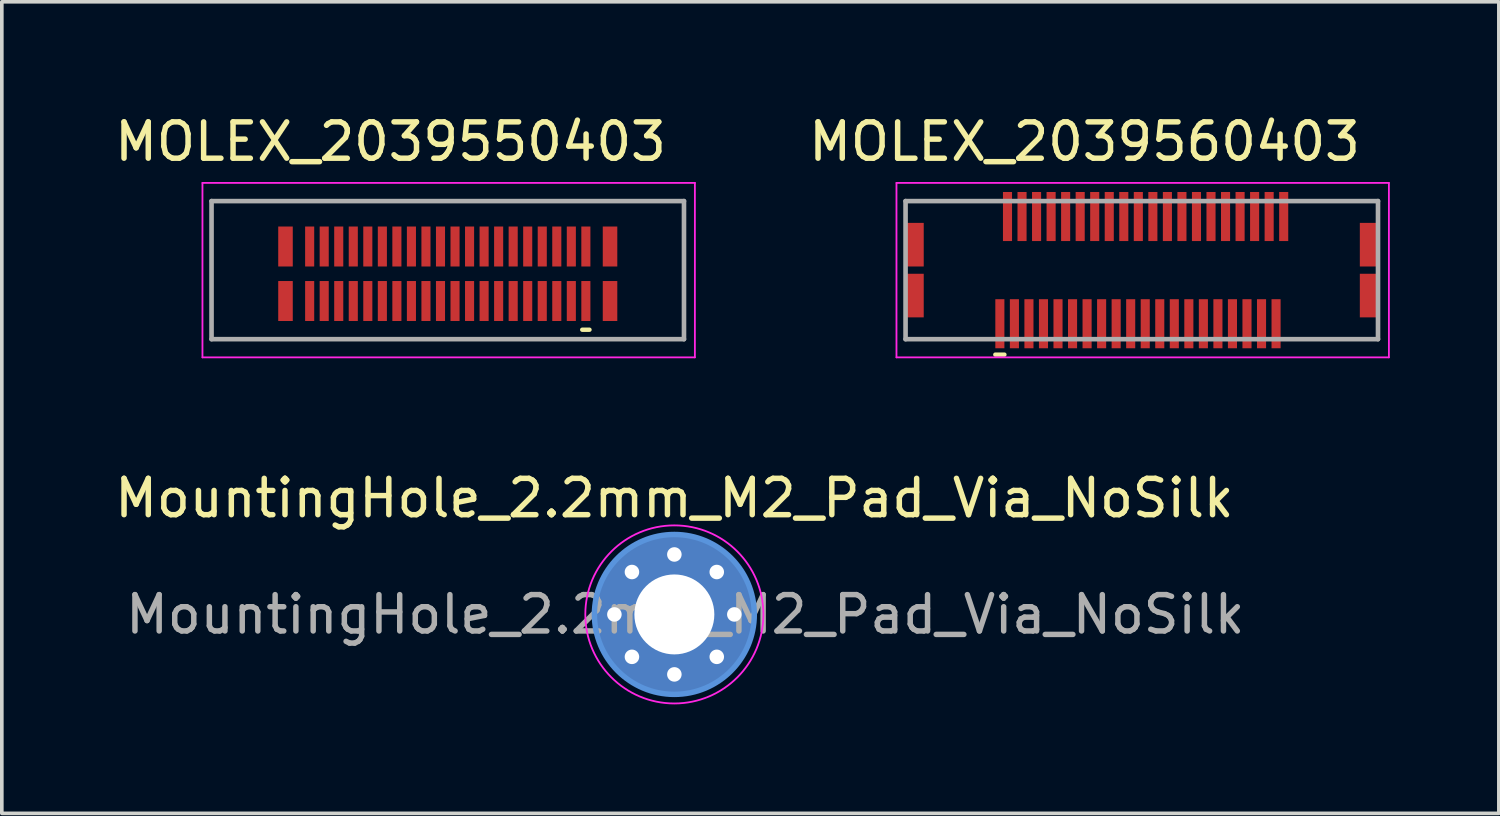
<source format=kicad_pcb>
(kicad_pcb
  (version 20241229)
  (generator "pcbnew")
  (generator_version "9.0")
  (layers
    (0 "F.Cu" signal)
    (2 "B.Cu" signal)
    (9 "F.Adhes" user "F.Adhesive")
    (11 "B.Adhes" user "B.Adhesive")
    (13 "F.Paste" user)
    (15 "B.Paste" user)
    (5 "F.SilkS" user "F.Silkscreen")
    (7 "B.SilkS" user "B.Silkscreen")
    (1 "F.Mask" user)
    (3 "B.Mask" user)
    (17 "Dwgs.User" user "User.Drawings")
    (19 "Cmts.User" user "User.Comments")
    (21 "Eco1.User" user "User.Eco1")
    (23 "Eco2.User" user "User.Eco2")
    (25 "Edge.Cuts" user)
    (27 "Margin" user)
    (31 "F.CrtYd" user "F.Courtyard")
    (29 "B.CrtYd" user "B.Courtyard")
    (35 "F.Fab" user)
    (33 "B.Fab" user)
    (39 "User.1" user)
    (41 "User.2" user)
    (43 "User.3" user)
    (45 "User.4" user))
  (footprint "MOLEX_2039550403"
    (layer "F.Cu")
    (at 9.271 4.483)
    (property "Reference" "MOLEX_2039550403" (at -1.575 -3.635 0) (layer "F.SilkS") (effects (font (size 1 1) (thickness 0.15))))
    (attr through_hole)
    (fp_line (start 3.9 1.54) (end 3.7 1.54) (stroke (width 0.12) (type solid)) (layer "F.SilkS"))
    (fp_line (start -6.75 -2.5) (end -6.75 2.3) (stroke (width 0.05) (type solid)) (layer "F.CrtYd"))
    (fp_line (start -6.75 2.3) (end 6.8 2.3) (stroke (width 0.05) (type solid)) (layer "F.CrtYd"))
    (fp_line (start 6.8 -2.5) (end -6.75 -2.5) (stroke (width 0.05) (type solid)) (layer "F.CrtYd"))
    (fp_line (start 6.8 2.3) (end 6.8 -2.5) (stroke (width 0.05) (type solid)) (layer "F.CrtYd"))
    (fp_line (start -6.5 -2) (end 6.5 -2) (stroke (width 0.127) (type solid)) (layer "F.Fab"))
    (fp_line (start -6.5 1.8) (end -6.5 -2) (stroke (width 0.127) (type solid)) (layer "F.Fab"))
    (fp_line (start 6.5 -2) (end 6.5 1.8) (stroke (width 0.127) (type solid)) (layer "F.Fab"))
    (fp_line (start 6.5 1.8) (end -6.5 1.8) (stroke (width 0.127) (type solid)) (layer "F.Fab"))
    (pad "1" smd rect (at 3.8 0.75) (size 0.25 1.1) (layers "F.Cu" "F.Mask" "F.Paste"))
    (pad "2" smd rect (at 3.8 -0.75) (size 0.25 1.1) (layers "F.Cu" "F.Mask" "F.Paste"))
    (pad "3" smd rect (at 3.4 0.75) (size 0.25 1.1) (layers "F.Cu" "F.Mask" "F.Paste"))
    (pad "4" smd rect (at 3.4 -0.75) (size 0.25 1.1) (layers "F.Cu" "F.Mask" "F.Paste"))
    (pad "5" smd rect (at 3 0.75) (size 0.25 1.1) (layers "F.Cu" "F.Mask" "F.Paste"))
    (pad "6" smd rect (at 3 -0.75) (size 0.25 1.1) (layers "F.Cu" "F.Mask" "F.Paste"))
    (pad "7" smd rect (at 2.6 0.75) (size 0.25 1.1) (layers "F.Cu" "F.Mask" "F.Paste"))
    (pad "8" smd rect (at 2.6 -0.75) (size 0.25 1.1) (layers "F.Cu" "F.Mask" "F.Paste"))
    (pad "9" smd rect (at 2.2 0.75) (size 0.25 1.1) (layers "F.Cu" "F.Mask" "F.Paste"))
    (pad "10" smd rect (at 2.2 -0.75) (size 0.25 1.1) (layers "F.Cu" "F.Mask" "F.Paste"))
    (pad "11" smd rect (at 1.8 0.75) (size 0.25 1.1) (layers "F.Cu" "F.Mask" "F.Paste"))
    (pad "12" smd rect (at 1.8 -0.75) (size 0.25 1.1) (layers "F.Cu" "F.Mask" "F.Paste"))
    (pad "13" smd rect (at 1.4 0.75) (size 0.25 1.1) (layers "F.Cu" "F.Mask" "F.Paste"))
    (pad "14" smd rect (at 1.4 -0.75) (size 0.25 1.1) (layers "F.Cu" "F.Mask" "F.Paste"))
    (pad "15" smd rect (at 1 0.75) (size 0.25 1.1) (layers "F.Cu" "F.Mask" "F.Paste"))
    (pad "16" smd rect (at 1 -0.75) (size 0.25 1.1) (layers "F.Cu" "F.Mask" "F.Paste"))
    (pad "17" smd rect (at 0.6 0.75) (size 0.25 1.1) (layers "F.Cu" "F.Mask" "F.Paste"))
    (pad "18" smd rect (at 0.6 -0.75) (size 0.25 1.1) (layers "F.Cu" "F.Mask" "F.Paste"))
    (pad "19" smd rect (at 0.2 0.75) (size 0.25 1.1) (layers "F.Cu" "F.Mask" "F.Paste"))
    (pad "20" smd rect (at 0.2 -0.75) (size 0.25 1.1) (layers "F.Cu" "F.Mask" "F.Paste"))
    (pad "21" smd rect (at -0.2 0.75) (size 0.25 1.1) (layers "F.Cu" "F.Mask" "F.Paste"))
    (pad "22" smd rect (at -0.2 -0.75) (size 0.25 1.1) (layers "F.Cu" "F.Mask" "F.Paste"))
    (pad "23" smd rect (at -0.6 0.75) (size 0.25 1.1) (layers "F.Cu" "F.Mask" "F.Paste"))
    (pad "24" smd rect (at -0.6 -0.75) (size 0.25 1.1) (layers "F.Cu" "F.Mask" "F.Paste"))
    (pad "25" smd rect (at -1 0.75) (size 0.25 1.1) (layers "F.Cu" "F.Mask" "F.Paste"))
    (pad "26" smd rect (at -1 -0.75) (size 0.25 1.1) (layers "F.Cu" "F.Mask" "F.Paste"))
    (pad "27" smd rect (at -1.4 0.75) (size 0.25 1.1) (layers "F.Cu" "F.Mask" "F.Paste"))
    (pad "28" smd rect (at -1.4 -0.75) (size 0.25 1.1) (layers "F.Cu" "F.Mask" "F.Paste"))
    (pad "29" smd rect (at -1.8 0.75) (size 0.25 1.1) (layers "F.Cu" "F.Mask" "F.Paste"))
    (pad "30" smd rect (at -1.8 -0.75) (size 0.25 1.1) (layers "F.Cu" "F.Mask" "F.Paste"))
    (pad "31" smd rect (at -2.2 0.75) (size 0.25 1.1) (layers "F.Cu" "F.Mask" "F.Paste"))
    (pad "32" smd rect (at -2.2 -0.75) (size 0.25 1.1) (layers "F.Cu" "F.Mask" "F.Paste"))
    (pad "33" smd rect (at -2.6 0.75) (size 0.25 1.1) (layers "F.Cu" "F.Mask" "F.Paste"))
    (pad "34" smd rect (at -2.6 -0.75) (size 0.25 1.1) (layers "F.Cu" "F.Mask" "F.Paste"))
    (pad "35" smd rect (at -3 0.75) (size 0.25 1.1) (layers "F.Cu" "F.Mask" "F.Paste"))
    (pad "36" smd rect (at -3 -0.75) (size 0.25 1.1) (layers "F.Cu" "F.Mask" "F.Paste"))
    (pad "37" smd rect (at -3.4 0.75) (size 0.25 1.1) (layers "F.Cu" "F.Mask" "F.Paste"))
    (pad "38" smd rect (at -3.4 -0.75) (size 0.25 1.1) (layers "F.Cu" "F.Mask" "F.Paste"))
    (pad "39" smd rect (at -3.8 0.75) (size 0.25 1.1) (layers "F.Cu" "F.Mask" "F.Paste"))
    (pad "40" smd rect (at -3.8 -0.75) (size 0.25 1.1) (layers "F.Cu" "F.Mask" "F.Paste"))
    (pad "SH" smd rect (at -4.465 -0.75 180) (size 0.4 1.1) (layers "F.Cu" "F.Mask" "F.Paste"))
    (pad "SH" smd rect (at -4.465 0.75 180) (size 0.4 1.1) (layers "F.Cu" "F.Mask" "F.Paste"))
    (pad "SH" smd rect (at 4.465 -0.75) (size 0.4 1.1) (layers "F.Cu" "F.Mask" "F.Paste"))
    (pad "SH" smd rect (at 4.465 0.75) (size 0.4 1.1) (layers "F.Cu" "F.Mask" "F.Paste")))
  (footprint "MountingHole_2.2mm_M2_Pad_Via_NoSilk"
    (layer "F.Cu")
    (at 15.506 13.857)
    (property "Reference" "MountingHole_2.2mm_M2_Pad_Via_NoSilk" (at 0 -3.2 0) (layer "F.SilkS") (effects (font (size 1 1) (thickness 0.15))))
    (attr exclude_from_pos_files exclude_from_bom)
    (fp_circle (center 0 0) (end 2.2 0) (stroke (width 0.15) (type solid)) (fill no) (layer "Cmts.User"))
    (fp_circle (center 0 0) (end 2.45 0) (stroke (width 0.05) (type solid)) (fill no) (layer "F.CrtYd"))
    (fp_text user "${REFERENCE}" (at 0.3 0 0) (layer "F.Fab") (effects (font (size 1 1) (thickness 0.15))))
    (pad "1" thru_hole circle (at -1.65 0) (size 0.7 0.7) (drill 0.4) (layers "*.Cu" "*.Mask"))
    (pad "1" thru_hole circle (at -1.167 -1.167) (size 0.7 0.7) (drill 0.4) (layers "*.Cu" "*.Mask"))
    (pad "1" thru_hole circle (at -1.167 1.167) (size 0.7 0.7) (drill 0.4) (layers "*.Cu" "*.Mask"))
    (pad "1" thru_hole circle (at 0 -1.65) (size 0.7 0.7) (drill 0.4) (layers "*.Cu" "*.Mask"))
    (pad "1" thru_hole circle (at 0 0) (size 4.4 4.4) (drill 2.2) (layers "*.Cu" "*.Mask"))
    (pad "1" thru_hole circle (at 0 1.65) (size 0.7 0.7) (drill 0.4) (layers "*.Cu" "*.Mask"))
    (pad "1" thru_hole circle (at 1.167 -1.167) (size 0.7 0.7) (drill 0.4) (layers "*.Cu" "*.Mask"))
    (pad "1" thru_hole circle (at 1.167 1.167) (size 0.7 0.7) (drill 0.4) (layers "*.Cu" "*.Mask"))
    (pad "1" thru_hole circle (at 1.65 0) (size 0.7 0.7) (drill 0.4) (layers "*.Cu" "*.Mask")))
  (footprint "MOLEX_2039560403"
    (layer "F.Cu")
    (at 28.368 4.383)
    (property "Reference" "MOLEX_2039560403" (at -1.575 -3.535 0) (layer "F.SilkS") (effects (font (size 1 1) (thickness 0.15))))
    (attr through_hole)
    (fp_line (start -3.78 2.325) (end -4.03 2.325) (stroke (width 0.12) (type solid)) (layer "F.SilkS"))
    (fp_line (start -6.75 -2.4) (end -6.75 2.4) (stroke (width 0.05) (type solid)) (layer "F.CrtYd"))
    (fp_line (start -6.75 2.4) (end 6.8 2.4) (stroke (width 0.05) (type solid)) (layer "F.CrtYd"))
    (fp_line (start 6.8 -2.4) (end -6.75 -2.4) (stroke (width 0.05) (type solid)) (layer "F.CrtYd"))
    (fp_line (start 6.8 2.4) (end 6.8 -2.4) (stroke (width 0.05) (type solid)) (layer "F.CrtYd"))
    (fp_line (start -6.5 -1.9) (end 6.5 -1.9) (stroke (width 0.127) (type solid)) (layer "F.Fab"))
    (fp_line (start -6.5 1.9) (end -6.5 -1.9) (stroke (width 0.127) (type solid)) (layer "F.Fab"))
    (fp_line (start 6.5 -1.9) (end 6.5 1.9) (stroke (width 0.127) (type solid)) (layer "F.Fab"))
    (fp_line (start 6.5 1.9) (end -6.5 1.9) (stroke (width 0.127) (type solid)) (layer "F.Fab"))
    (pad "1" smd rect (at -3.905 1.475) (size 0.25 1.35) (layers "F.Cu" "F.Mask" "F.Paste"))
    (pad "2" smd rect (at -3.695 -1.475) (size 0.25 1.35) (layers "F.Cu" "F.Mask" "F.Paste"))
    (pad "3" smd rect (at -3.505 1.475) (size 0.25 1.35) (layers "F.Cu" "F.Mask" "F.Paste"))
    (pad "4" smd rect (at -3.295 -1.475) (size 0.25 1.35) (layers "F.Cu" "F.Mask" "F.Paste"))
    (pad "5" smd rect (at -3.105 1.475) (size 0.25 1.35) (layers "F.Cu" "F.Mask" "F.Paste"))
    (pad "6" smd rect (at -2.895 -1.475) (size 0.25 1.35) (layers "F.Cu" "F.Mask" "F.Paste"))
    (pad "7" smd rect (at -2.705 1.475) (size 0.25 1.35) (layers "F.Cu" "F.Mask" "F.Paste"))
    (pad "8" smd rect (at -2.495 -1.475) (size 0.25 1.35) (layers "F.Cu" "F.Mask" "F.Paste"))
    (pad "9" smd rect (at -2.305 1.475) (size 0.25 1.35) (layers "F.Cu" "F.Mask" "F.Paste"))
    (pad "10" smd rect (at -2.095 -1.475) (size 0.25 1.35) (layers "F.Cu" "F.Mask" "F.Paste"))
    (pad "11" smd rect (at -1.905 1.475) (size 0.25 1.35) (layers "F.Cu" "F.Mask" "F.Paste"))
    (pad "12" smd rect (at -1.695 -1.475) (size 0.25 1.35) (layers "F.Cu" "F.Mask" "F.Paste"))
    (pad "13" smd rect (at -1.505 1.475) (size 0.25 1.35) (layers "F.Cu" "F.Mask" "F.Paste"))
    (pad "14" smd rect (at -1.295 -1.475) (size 0.25 1.35) (layers "F.Cu" "F.Mask" "F.Paste"))
    (pad "15" smd rect (at -1.105 1.475) (size 0.25 1.35) (layers "F.Cu" "F.Mask" "F.Paste"))
    (pad "16" smd rect (at -0.895 -1.475) (size 0.25 1.35) (layers "F.Cu" "F.Mask" "F.Paste"))
    (pad "17" smd rect (at -0.705 1.475) (size 0.25 1.35) (layers "F.Cu" "F.Mask" "F.Paste"))
    (pad "18" smd rect (at -0.495 -1.475) (size 0.25 1.35) (layers "F.Cu" "F.Mask" "F.Paste"))
    (pad "19" smd rect (at -0.305 1.475) (size 0.25 1.35) (layers "F.Cu" "F.Mask" "F.Paste"))
    (pad "20" smd rect (at -0.095 -1.475) (size 0.25 1.35) (layers "F.Cu" "F.Mask" "F.Paste"))
    (pad "21" smd rect (at 0.095 1.475) (size 0.25 1.35) (layers "F.Cu" "F.Mask" "F.Paste"))
    (pad "22" smd rect (at 0.305 -1.475) (size 0.25 1.35) (layers "F.Cu" "F.Mask" "F.Paste"))
    (pad "23" smd rect (at 0.495 1.475) (size 0.25 1.35) (layers "F.Cu" "F.Mask" "F.Paste"))
    (pad "24" smd rect (at 0.705 -1.475) (size 0.25 1.35) (layers "F.Cu" "F.Mask" "F.Paste"))
    (pad "25" smd rect (at 0.895 1.475) (size 0.25 1.35) (layers "F.Cu" "F.Mask" "F.Paste"))
    (pad "26" smd rect (at 1.105 -1.475) (size 0.25 1.35) (layers "F.Cu" "F.Mask" "F.Paste"))
    (pad "27" smd rect (at 1.295 1.475) (size 0.25 1.35) (layers "F.Cu" "F.Mask" "F.Paste"))
    (pad "28" smd rect (at 1.505 -1.475) (size 0.25 1.35) (layers "F.Cu" "F.Mask" "F.Paste"))
    (pad "29" smd rect (at 1.695 1.475) (size 0.25 1.35) (layers "F.Cu" "F.Mask" "F.Paste"))
    (pad "30" smd rect (at 1.905 -1.475) (size 0.25 1.35) (layers "F.Cu" "F.Mask" "F.Paste"))
    (pad "31" smd rect (at 2.095 1.475) (size 0.25 1.35) (layers "F.Cu" "F.Mask" "F.Paste"))
    (pad "32" smd rect (at 2.305 -1.475) (size 0.25 1.35) (layers "F.Cu" "F.Mask" "F.Paste"))
    (pad "33" smd rect (at 2.495 1.475) (size 0.25 1.35) (layers "F.Cu" "F.Mask" "F.Paste"))
    (pad "34" smd rect (at 2.705 -1.475) (size 0.25 1.35) (layers "F.Cu" "F.Mask" "F.Paste"))
    (pad "35" smd rect (at 2.895 1.475) (size 0.25 1.35) (layers "F.Cu" "F.Mask" "F.Paste"))
    (pad "36" smd rect (at 3.105 -1.475) (size 0.25 1.35) (layers "F.Cu" "F.Mask" "F.Paste"))
    (pad "37" smd rect (at 3.295 1.475) (size 0.25 1.35) (layers "F.Cu" "F.Mask" "F.Paste"))
    (pad "38" smd rect (at 3.505 -1.475) (size 0.25 1.35) (layers "F.Cu" "F.Mask" "F.Paste"))
    (pad "39" smd rect (at 3.695 1.475) (size 0.25 1.35) (layers "F.Cu" "F.Mask" "F.Paste"))
    (pad "40" smd rect (at 3.905 -1.475) (size 0.25 1.35) (layers "F.Cu" "F.Mask" "F.Paste"))
    (pad "SH" smd rect (at -6.25 -0.7) (size 0.5 1.2) (layers "F.Cu" "F.Mask" "F.Paste"))
    (pad "SH" smd rect (at -6.25 0.7) (size 0.5 1.2) (layers "F.Cu" "F.Mask" "F.Paste"))
    (pad "SH" smd rect (at 6.25 -0.7) (size 0.5 1.2) (layers "F.Cu" "F.Mask" "F.Paste"))
    (pad "SH" smd rect (at 6.25 0.7) (size 0.5 1.2) (layers "F.Cu" "F.Mask" "F.Paste")))
  (gr_rect
    (start -3 -3)
    (end 38.193 19.331)
    (stroke (width 0.1) (type default))
    (fill no)
    (layer "Edge.Cuts")))
</source>
